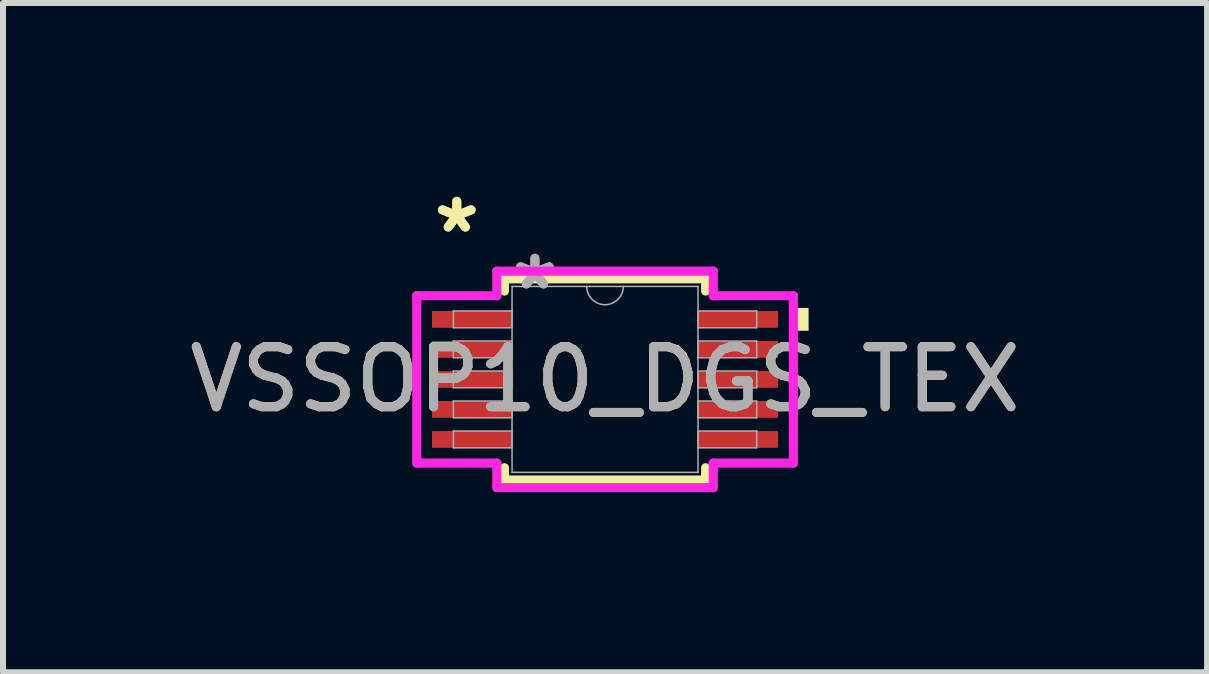
<source format=kicad_pcb>
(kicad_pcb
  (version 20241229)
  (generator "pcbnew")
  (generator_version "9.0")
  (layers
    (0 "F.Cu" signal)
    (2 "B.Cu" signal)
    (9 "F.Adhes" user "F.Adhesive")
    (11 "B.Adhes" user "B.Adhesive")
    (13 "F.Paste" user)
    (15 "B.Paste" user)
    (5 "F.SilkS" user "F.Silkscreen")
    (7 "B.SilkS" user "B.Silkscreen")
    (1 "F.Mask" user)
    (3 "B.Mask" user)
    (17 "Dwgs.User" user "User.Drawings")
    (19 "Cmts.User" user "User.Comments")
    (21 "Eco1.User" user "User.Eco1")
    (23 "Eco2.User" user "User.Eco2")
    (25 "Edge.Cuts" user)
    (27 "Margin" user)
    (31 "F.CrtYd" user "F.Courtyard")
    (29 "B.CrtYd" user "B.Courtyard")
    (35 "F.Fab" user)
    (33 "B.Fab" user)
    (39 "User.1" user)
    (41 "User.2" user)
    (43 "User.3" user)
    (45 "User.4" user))
  (footprint "VSSOP10_DGS_TEX"
    (layer "F.Cu")
    (at 7.03 3.271)
    (property "Reference" "VSSOP10_DGS_TEX" (at 0 0 0) (unlocked yes) (layer "F.SilkS") (effects (font (size 1 1) (thickness 0.15))))
    (attr smd)
    (fp_line (start -1.676 -1.676) (end -1.676 -1.472) (stroke (width 0.152) (type solid)) (layer "F.SilkS"))
    (fp_line (start -1.676 1.472) (end -1.676 1.676) (stroke (width 0.152) (type solid)) (layer "F.SilkS"))
    (fp_line (start -1.676 1.676) (end 1.676 1.676) (stroke (width 0.152) (type solid)) (layer "F.SilkS"))
    (fp_line (start 1.676 -1.676) (end -1.676 -1.676) (stroke (width 0.152) (type solid)) (layer "F.SilkS"))
    (fp_line (start 1.676 -1.472) (end 1.676 -1.676) (stroke (width 0.152) (type solid)) (layer "F.SilkS"))
    (fp_line (start 1.676 1.676) (end 1.676 1.472) (stroke (width 0.152) (type solid)) (layer "F.SilkS"))
    (fp_poly (pts (xy 3.391 -1.191) (xy 3.391 -0.81) (xy 3.137 -0.81) (xy 3.137 -1.191)) (stroke (width 0) (type solid)) (fill yes) (layer "F.SilkS"))
    (fp_line (start -3.137 -1.394) (end -1.803 -1.394) (stroke (width 0.152) (type solid)) (layer "F.CrtYd"))
    (fp_line (start -3.137 1.394) (end -3.137 -1.394) (stroke (width 0.152) (type solid)) (layer "F.CrtYd"))
    (fp_line (start -3.137 1.394) (end -1.803 1.394) (stroke (width 0.152) (type solid)) (layer "F.CrtYd"))
    (fp_line (start -1.803 -1.803) (end 1.803 -1.803) (stroke (width 0.152) (type solid)) (layer "F.CrtYd"))
    (fp_line (start -1.803 -1.394) (end -1.803 -1.803) (stroke (width 0.152) (type solid)) (layer "F.CrtYd"))
    (fp_line (start -1.803 1.803) (end -1.803 1.394) (stroke (width 0.152) (type solid)) (layer "F.CrtYd"))
    (fp_line (start 1.803 -1.803) (end 1.803 -1.394) (stroke (width 0.152) (type solid)) (layer "F.CrtYd"))
    (fp_line (start 1.803 1.394) (end 1.803 1.803) (stroke (width 0.152) (type solid)) (layer "F.CrtYd"))
    (fp_line (start 1.803 1.803) (end -1.803 1.803) (stroke (width 0.152) (type solid)) (layer "F.CrtYd"))
    (fp_line (start 3.137 -1.394) (end 1.803 -1.394) (stroke (width 0.152) (type solid)) (layer "F.CrtYd"))
    (fp_line (start 3.137 -1.394) (end 3.137 1.394) (stroke (width 0.152) (type solid)) (layer "F.CrtYd"))
    (fp_line (start 3.137 1.394) (end 1.803 1.394) (stroke (width 0.152) (type solid)) (layer "F.CrtYd"))
    (fp_line (start -2.527 -1.14) (end -2.527 -0.86) (stroke (width 0.025) (type solid)) (layer "F.Fab"))
    (fp_line (start -2.527 -0.86) (end -1.549 -0.86) (stroke (width 0.025) (type solid)) (layer "F.Fab"))
    (fp_line (start -2.527 -0.64) (end -2.527 -0.36) (stroke (width 0.025) (type solid)) (layer "F.Fab"))
    (fp_line (start -2.527 -0.36) (end -1.549 -0.36) (stroke (width 0.025) (type solid)) (layer "F.Fab"))
    (fp_line (start -2.527 -0.14) (end -2.527 0.14) (stroke (width 0.025) (type solid)) (layer "F.Fab"))
    (fp_line (start -2.527 0.14) (end -1.549 0.14) (stroke (width 0.025) (type solid)) (layer "F.Fab"))
    (fp_line (start -2.527 0.36) (end -2.527 0.64) (stroke (width 0.025) (type solid)) (layer "F.Fab"))
    (fp_line (start -2.527 0.64) (end -1.549 0.64) (stroke (width 0.025) (type solid)) (layer "F.Fab"))
    (fp_line (start -2.527 0.86) (end -2.527 1.14) (stroke (width 0.025) (type solid)) (layer "F.Fab"))
    (fp_line (start -2.527 1.14) (end -1.549 1.14) (stroke (width 0.025) (type solid)) (layer "F.Fab"))
    (fp_line (start -1.549 -1.549) (end -1.549 1.549) (stroke (width 0.025) (type solid)) (layer "F.Fab"))
    (fp_line (start -1.549 -1.14) (end -2.527 -1.14) (stroke (width 0.025) (type solid)) (layer "F.Fab"))
    (fp_line (start -1.549 -0.86) (end -1.549 -1.14) (stroke (width 0.025) (type solid)) (layer "F.Fab"))
    (fp_line (start -1.549 -0.64) (end -2.527 -0.64) (stroke (width 0.025) (type solid)) (layer "F.Fab"))
    (fp_line (start -1.549 -0.36) (end -1.549 -0.64) (stroke (width 0.025) (type solid)) (layer "F.Fab"))
    (fp_line (start -1.549 -0.14) (end -2.527 -0.14) (stroke (width 0.025) (type solid)) (layer "F.Fab"))
    (fp_line (start -1.549 0.14) (end -1.549 -0.14) (stroke (width 0.025) (type solid)) (layer "F.Fab"))
    (fp_line (start -1.549 0.36) (end -2.527 0.36) (stroke (width 0.025) (type solid)) (layer "F.Fab"))
    (fp_line (start -1.549 0.64) (end -1.549 0.36) (stroke (width 0.025) (type solid)) (layer "F.Fab"))
    (fp_line (start -1.549 0.86) (end -2.527 0.86) (stroke (width 0.025) (type solid)) (layer "F.Fab"))
    (fp_line (start -1.549 1.14) (end -1.549 0.86) (stroke (width 0.025) (type solid)) (layer "F.Fab"))
    (fp_line (start -1.549 1.549) (end 1.549 1.549) (stroke (width 0.025) (type solid)) (layer "F.Fab"))
    (fp_line (start 1.549 -1.549) (end -1.549 -1.549) (stroke (width 0.025) (type solid)) (layer "F.Fab"))
    (fp_line (start 1.549 -1.14) (end 1.549 -0.86) (stroke (width 0.025) (type solid)) (layer "F.Fab"))
    (fp_line (start 1.549 -0.86) (end 2.527 -0.86) (stroke (width 0.025) (type solid)) (layer "F.Fab"))
    (fp_line (start 1.549 -0.64) (end 1.549 -0.36) (stroke (width 0.025) (type solid)) (layer "F.Fab"))
    (fp_line (start 1.549 -0.36) (end 2.527 -0.36) (stroke (width 0.025) (type solid)) (layer "F.Fab"))
    (fp_line (start 1.549 -0.14) (end 1.549 0.14) (stroke (width 0.025) (type solid)) (layer "F.Fab"))
    (fp_line (start 1.549 0.14) (end 2.527 0.14) (stroke (width 0.025) (type solid)) (layer "F.Fab"))
    (fp_line (start 1.549 0.36) (end 1.549 0.64) (stroke (width 0.025) (type solid)) (layer "F.Fab"))
    (fp_line (start 1.549 0.64) (end 2.527 0.64) (stroke (width 0.025) (type solid)) (layer "F.Fab"))
    (fp_line (start 1.549 0.86) (end 1.549 1.14) (stroke (width 0.025) (type solid)) (layer "F.Fab"))
    (fp_line (start 1.549 1.14) (end 2.527 1.14) (stroke (width 0.025) (type solid)) (layer "F.Fab"))
    (fp_line (start 1.549 1.549) (end 1.549 -1.549) (stroke (width 0.025) (type solid)) (layer "F.Fab"))
    (fp_line (start 2.527 -1.14) (end 1.549 -1.14) (stroke (width 0.025) (type solid)) (layer "F.Fab"))
    (fp_line (start 2.527 -0.86) (end 2.527 -1.14) (stroke (width 0.025) (type solid)) (layer "F.Fab"))
    (fp_line (start 2.527 -0.64) (end 1.549 -0.64) (stroke (width 0.025) (type solid)) (layer "F.Fab"))
    (fp_line (start 2.527 -0.36) (end 2.527 -0.64) (stroke (width 0.025) (type solid)) (layer "F.Fab"))
    (fp_line (start 2.527 -0.14) (end 1.549 -0.14) (stroke (width 0.025) (type solid)) (layer "F.Fab"))
    (fp_line (start 2.527 0.14) (end 2.527 -0.14) (stroke (width 0.025) (type solid)) (layer "F.Fab"))
    (fp_line (start 2.527 0.36) (end 1.549 0.36) (stroke (width 0.025) (type solid)) (layer "F.Fab"))
    (fp_line (start 2.527 0.64) (end 2.527 0.36) (stroke (width 0.025) (type solid)) (layer "F.Fab"))
    (fp_line (start 2.527 0.86) (end 1.549 0.86) (stroke (width 0.025) (type solid)) (layer "F.Fab"))
    (fp_line (start 2.527 1.14) (end 2.527 0.86) (stroke (width 0.025) (type solid)) (layer "F.Fab"))
    (fp_arc (start 0.3048 -1.5494) (mid 0 -1.2446) (end -0.3048 -1.5494) (stroke (width 0.0254) (type solid)) (layer "F.Fab"))
    (fp_text user "*" (at -2.47 -2.422 0) (unlocked yes) (layer "F.SilkS") (effects (font (size 1 1) (thickness 0.15))))
    (fp_text user "*" (at -2.47 -2.422 0) (layer "F.SilkS") (effects (font (size 1 1) (thickness 0.15))))
    (fp_text user "*" (at -1.168 -1.473 0) (layer "F.Fab") (effects (font (size 1 1) (thickness 0.15))))
    (fp_text user "*" (at -1.168 -1.473 0) (unlocked yes) (layer "F.Fab") (effects (font (size 1 1) (thickness 0.15))))
    (fp_text user "${REFERENCE}" (at 0 0 0) (unlocked yes) (layer "F.Fab") (effects (font (size 1 1) (thickness 0.15))))
    (pad "1" smd rect (at -2.216 -1) (size 1.333 0.279) (layers "F.Cu" "F.Mask" "F.Paste"))
    (pad "2" smd rect (at -2.216 -0.5) (size 1.333 0.279) (layers "F.Cu" "F.Mask" "F.Paste"))
    (pad "3" smd rect (at -2.216 0) (size 1.333 0.279) (layers "F.Cu" "F.Mask" "F.Paste"))
    (pad "4" smd rect (at -2.216 0.5) (size 1.333 0.279) (layers "F.Cu" "F.Mask" "F.Paste"))
    (pad "5" smd rect (at -2.216 1) (size 1.333 0.279) (layers "F.Cu" "F.Mask" "F.Paste"))
    (pad "6" smd rect (at 2.216 1) (size 1.333 0.279) (layers "F.Cu" "F.Mask" "F.Paste"))
    (pad "7" smd rect (at 2.216 0.5) (size 1.333 0.279) (layers "F.Cu" "F.Mask" "F.Paste"))
    (pad "8" smd rect (at 2.216 0) (size 1.333 0.279) (layers "F.Cu" "F.Mask" "F.Paste"))
    (pad "9" smd rect (at 2.216 -0.5) (size 1.333 0.279) (layers "F.Cu" "F.Mask" "F.Paste"))
    (pad "10" smd rect (at 2.216 -1) (size 1.333 0.279) (layers "F.Cu" "F.Mask" "F.Paste")))
  (gr_rect
    (start -3 -3)
    (end 17.06 8.15)
    (stroke (width 0.1) (type default))
    (fill no)
    (layer "Edge.Cuts")))
</source>
